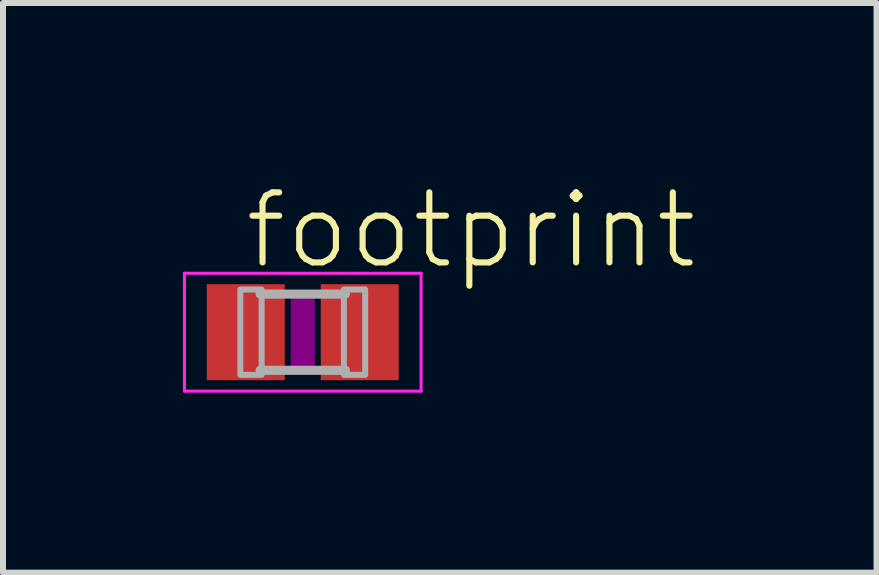
<source format=kicad_pcb>
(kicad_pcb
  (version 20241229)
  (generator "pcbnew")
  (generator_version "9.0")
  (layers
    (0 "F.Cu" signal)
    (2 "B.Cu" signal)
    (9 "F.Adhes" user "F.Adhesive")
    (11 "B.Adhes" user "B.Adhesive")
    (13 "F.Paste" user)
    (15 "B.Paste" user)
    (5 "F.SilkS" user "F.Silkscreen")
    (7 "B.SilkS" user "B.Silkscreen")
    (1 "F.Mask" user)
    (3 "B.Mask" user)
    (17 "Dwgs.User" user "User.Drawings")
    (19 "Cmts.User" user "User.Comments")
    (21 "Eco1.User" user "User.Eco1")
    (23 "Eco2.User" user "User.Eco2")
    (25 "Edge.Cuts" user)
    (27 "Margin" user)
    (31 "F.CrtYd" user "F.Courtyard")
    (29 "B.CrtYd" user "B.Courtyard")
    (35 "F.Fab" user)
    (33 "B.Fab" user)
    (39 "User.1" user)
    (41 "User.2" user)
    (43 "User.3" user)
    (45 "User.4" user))
  (footprint "footprint"
    (layer "F.Cu")
    (at 1.998 2.489)
    (property "Reference" "footprint" (at -1.016 -1.016 0) (layer "F.SilkS") (effects (font (size 1.168 1.168) (thickness 0.102)) (justify left bottom)))
    (fp_poly (pts (xy -0.2 0.6) (xy 0.2 0.6) (xy 0.2 -0.6) (xy -0.2 -0.6)) (stroke (width 0) (type solid)) (fill yes) (layer "F.Adhes"))
    (fp_line (start -1.973 -0.983) (end 1.973 -0.983) (stroke (width 0.051) (type solid)) (layer "F.CrtYd"))
    (fp_line (start -1.973 0.983) (end -1.973 -0.983) (stroke (width 0.051) (type solid)) (layer "F.CrtYd"))
    (fp_line (start 1.973 -0.983) (end 1.973 0.983) (stroke (width 0.051) (type solid)) (layer "F.CrtYd"))
    (fp_line (start 1.973 0.983) (end -1.973 0.983) (stroke (width 0.051) (type solid)) (layer "F.CrtYd"))
    (fp_line (start 0.711 -0.635) (end -0.711 -0.635) (stroke (width 0.152) (type solid)) (layer "F.Fab"))
    (fp_line (start 0.711 0.635) (end -0.711 0.635) (stroke (width 0.152) (type solid)) (layer "F.Fab"))
    (fp_poly (pts (xy -1.041 0.711) (xy -0.686 0.711) (xy -0.686 -0.711) (xy -1.041 -0.711)) (stroke (width 0.1) (type solid)) (fill no) (layer "F.Fab"))
    (fp_poly (pts (xy 0.686 0.711) (xy 1.041 0.711) (xy 1.041 -0.711) (xy 0.686 -0.711)) (stroke (width 0.1) (type solid)) (fill no) (layer "F.Fab"))
    (pad "1" smd rect (at -0.95 0) (size 1.3 1.6) (layers "F.Cu" "F.Mask" "F.Paste"))
    (pad "2" smd rect (at 0.95 0) (size 1.3 1.6) (layers "F.Cu" "F.Mask" "F.Paste")))
  (gr_rect
    (start -3 -3)
    (end 11.565 6.498)
    (stroke (width 0.1) (type default))
    (fill no)
    (layer "Edge.Cuts")))
</source>
